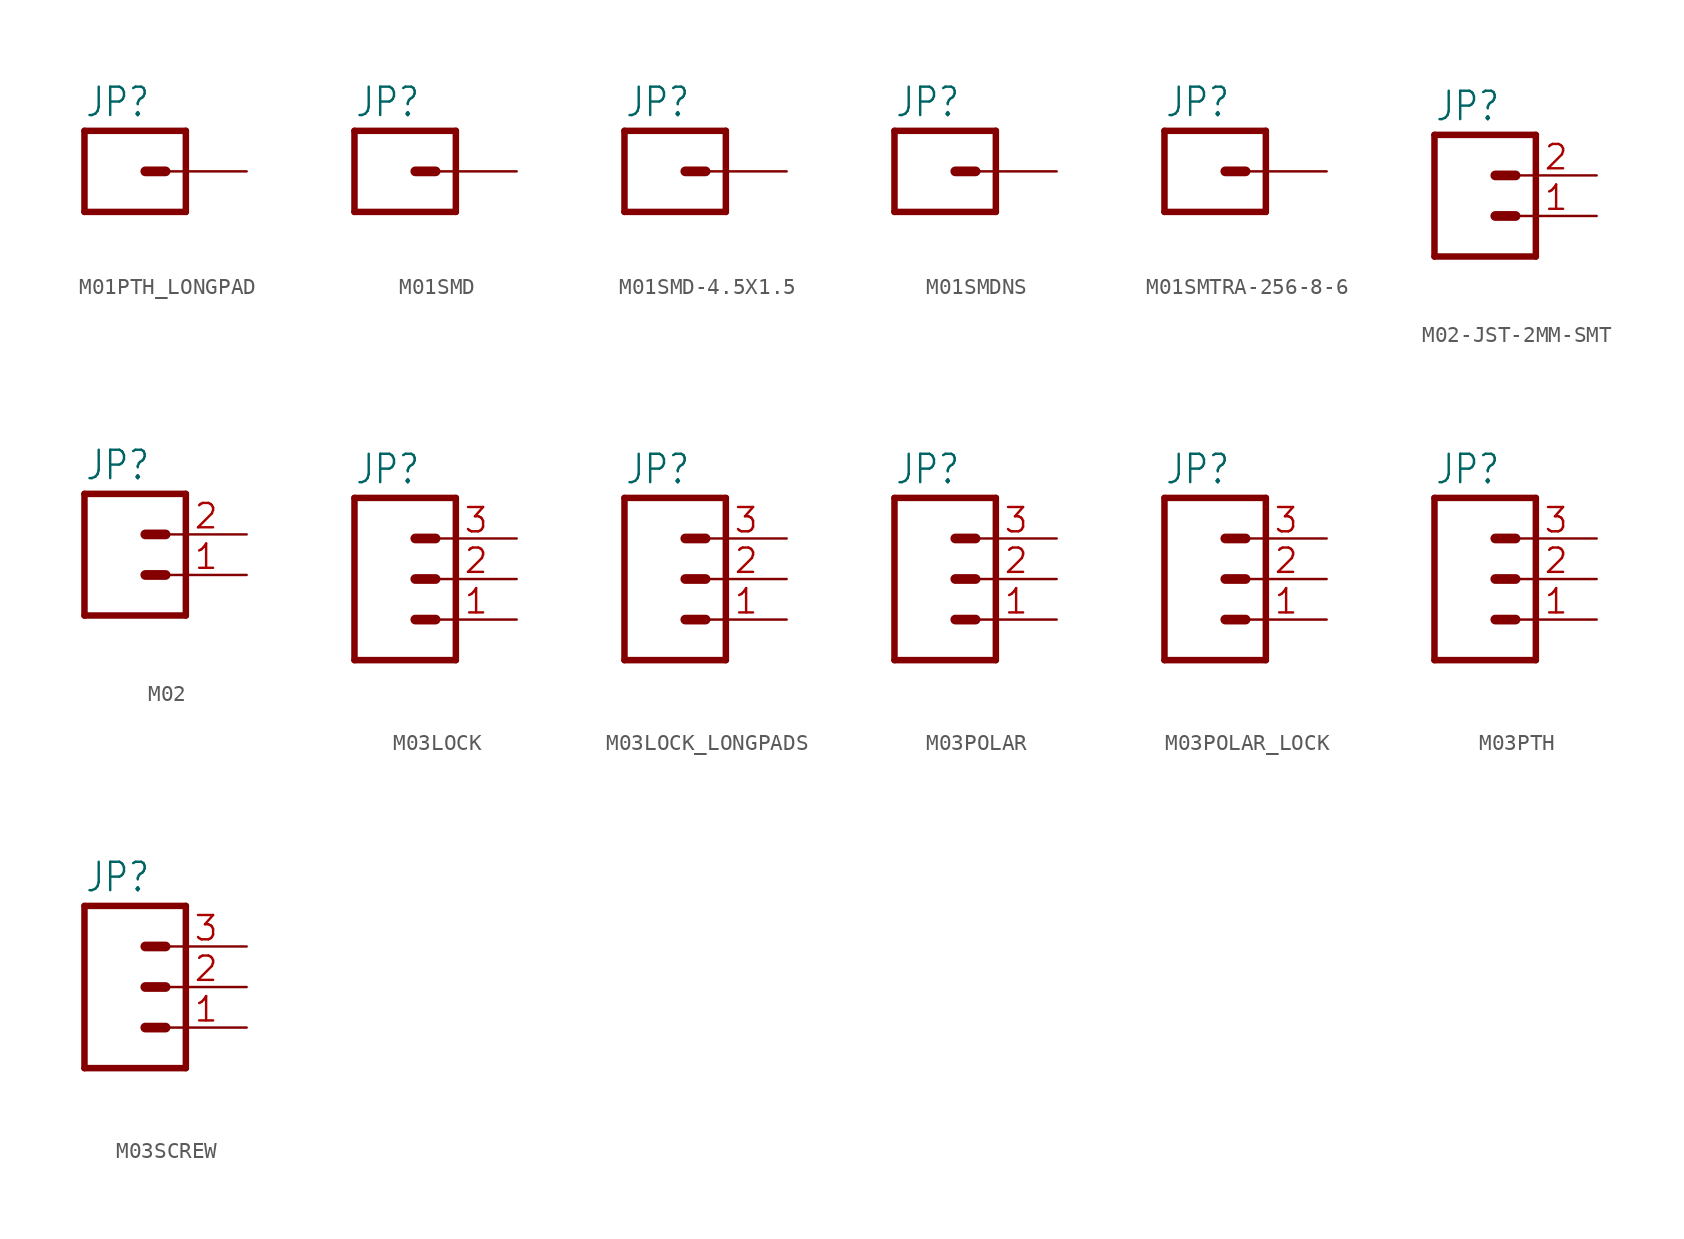
<source format=kicad_sym>
(kicad_symbol_lib
  (version 20241209)
  (generator "kicad_symbol_editor")
  (generator_version "9.0")
  (symbol "M01PTH_LONGPAD"
    (property "Reference" "JP"
      (at -2.54 3.302 0)
      (effects (font (size 1.778 1.511)) (justify left bottom)))
    (property "Value" ""
      (at -2.54 -5.08 0)
      (effects (font (size 1.778 1.511)) (justify left bottom)))
    (property "ki_locked" ""
      (at 0 0 0)
      (effects (font (size 1.27 1.27))))
    (symbol "M01PTH_LONGPAD_1_0"
      (polyline (pts (xy -2.54 2.54) (xy -2.54 -2.54)) (stroke (width 0.406) (type solid)) (fill (type none)))
      (polyline (pts (xy -2.54 2.54) (xy 3.81 2.54)) (stroke (width 0.406) (type solid)) (fill (type none)))
      (polyline (pts (xy 1.27 0) (xy 2.54 0)) (stroke (width 0.61) (type solid)) (fill (type none)))
      (polyline (pts (xy 3.81 -2.54) (xy -2.54 -2.54)) (stroke (width 0.406) (type solid)) (fill (type none)))
      (polyline (pts (xy 3.81 -2.54) (xy 3.81 2.54)) (stroke (width 0.406) (type solid)) (fill (type none)))
      (pin passive line (at 7.62 0 180) (length 5.08) (name "1" (effects (font (size 0 0)))) (number "1" (effects (font (size 0 0)))))))
  (symbol "M01SMD"
    (property "Reference" "JP"
      (at -2.54 3.302 0)
      (effects (font (size 1.778 1.511)) (justify left bottom)))
    (property "Value" ""
      (at -2.54 -5.08 0)
      (effects (font (size 1.778 1.511)) (justify left bottom)))
    (property "ki_locked" ""
      (at 0 0 0)
      (effects (font (size 1.27 1.27))))
    (symbol "M01SMD_1_0"
      (polyline (pts (xy -2.54 2.54) (xy -2.54 -2.54)) (stroke (width 0.406) (type solid)) (fill (type none)))
      (polyline (pts (xy -2.54 2.54) (xy 3.81 2.54)) (stroke (width 0.406) (type solid)) (fill (type none)))
      (polyline (pts (xy 1.27 0) (xy 2.54 0)) (stroke (width 0.61) (type solid)) (fill (type none)))
      (polyline (pts (xy 3.81 -2.54) (xy -2.54 -2.54)) (stroke (width 0.406) (type solid)) (fill (type none)))
      (polyline (pts (xy 3.81 -2.54) (xy 3.81 2.54)) (stroke (width 0.406) (type solid)) (fill (type none)))
      (pin passive line (at 7.62 0 180) (length 5.08) (name "1" (effects (font (size 0 0)))) (number "P$1" (effects (font (size 0 0)))))))
  (symbol "M01SMD-4.5X1.5"
    (property "Reference" "JP"
      (at -2.54 3.302 0)
      (effects (font (size 1.778 1.511)) (justify left bottom)))
    (property "Value" ""
      (at -2.54 -5.08 0)
      (effects (font (size 1.778 1.511)) (justify left bottom)))
    (property "ki_locked" ""
      (at 0 0 0)
      (effects (font (size 1.27 1.27))))
    (symbol "M01SMD-4.5X1.5_1_0"
      (polyline (pts (xy -2.54 2.54) (xy -2.54 -2.54)) (stroke (width 0.406) (type solid)) (fill (type none)))
      (polyline (pts (xy -2.54 2.54) (xy 3.81 2.54)) (stroke (width 0.406) (type solid)) (fill (type none)))
      (polyline (pts (xy 1.27 0) (xy 2.54 0)) (stroke (width 0.61) (type solid)) (fill (type none)))
      (polyline (pts (xy 3.81 -2.54) (xy -2.54 -2.54)) (stroke (width 0.406) (type solid)) (fill (type none)))
      (polyline (pts (xy 3.81 -2.54) (xy 3.81 2.54)) (stroke (width 0.406) (type solid)) (fill (type none)))
      (pin passive line (at 7.62 0 180) (length 5.08) (name "1" (effects (font (size 0 0)))) (number "P$1" (effects (font (size 0 0)))))))
  (symbol "M01SMDNS"
    (property "Reference" "JP"
      (at -2.54 3.302 0)
      (effects (font (size 1.778 1.511)) (justify left bottom)))
    (property "Value" ""
      (at -2.54 -5.08 0)
      (effects (font (size 1.778 1.511)) (justify left bottom)))
    (property "ki_locked" ""
      (at 0 0 0)
      (effects (font (size 1.27 1.27))))
    (symbol "M01SMDNS_1_0"
      (polyline (pts (xy -2.54 2.54) (xy -2.54 -2.54)) (stroke (width 0.406) (type solid)) (fill (type none)))
      (polyline (pts (xy -2.54 2.54) (xy 3.81 2.54)) (stroke (width 0.406) (type solid)) (fill (type none)))
      (polyline (pts (xy 1.27 0) (xy 2.54 0)) (stroke (width 0.61) (type solid)) (fill (type none)))
      (polyline (pts (xy 3.81 -2.54) (xy -2.54 -2.54)) (stroke (width 0.406) (type solid)) (fill (type none)))
      (polyline (pts (xy 3.81 -2.54) (xy 3.81 2.54)) (stroke (width 0.406) (type solid)) (fill (type none)))
      (pin passive line (at 7.62 0 180) (length 5.08) (name "1" (effects (font (size 0 0)))) (number "1" (effects (font (size 0 0)))))))
  (symbol "M01SMTRA-256-8-6"
    (property "Reference" "JP"
      (at -2.54 3.302 0)
      (effects (font (size 1.778 1.511)) (justify left bottom)))
    (property "Value" ""
      (at -2.54 -5.08 0)
      (effects (font (size 1.778 1.511)) (justify left bottom)))
    (property "ki_locked" ""
      (at 0 0 0)
      (effects (font (size 1.27 1.27))))
    (symbol "M01SMTRA-256-8-6_1_0"
      (polyline (pts (xy -2.54 2.54) (xy -2.54 -2.54)) (stroke (width 0.406) (type solid)) (fill (type none)))
      (polyline (pts (xy -2.54 2.54) (xy 3.81 2.54)) (stroke (width 0.406) (type solid)) (fill (type none)))
      (polyline (pts (xy 1.27 0) (xy 2.54 0)) (stroke (width 0.61) (type solid)) (fill (type none)))
      (polyline (pts (xy 3.81 -2.54) (xy -2.54 -2.54)) (stroke (width 0.406) (type solid)) (fill (type none)))
      (polyline (pts (xy 3.81 -2.54) (xy 3.81 2.54)) (stroke (width 0.406) (type solid)) (fill (type none)))
      (pin passive line (at 7.62 0 180) (length 5.08) (name "1" (effects (font (size 0 0)))) (number "P$1" (effects (font (size 0 0)))))))
  (symbol "M02-JST-2MM-SMT"
    (property "Reference" "JP"
      (at -2.54 5.842 0)
      (effects (font (size 1.778 1.511)) (justify left bottom)))
    (property "Value" ""
      (at -2.54 -5.08 0)
      (effects (font (size 1.778 1.511)) (justify left bottom)))
    (property "ki_locked" ""
      (at 0 0 0)
      (effects (font (size 1.27 1.27))))
    (symbol "M02-JST-2MM-SMT_1_0"
      (polyline (pts (xy -2.54 5.08) (xy -2.54 -2.54)) (stroke (width 0.406) (type solid)) (fill (type none)))
      (polyline (pts (xy -2.54 5.08) (xy 3.81 5.08)) (stroke (width 0.406) (type solid)) (fill (type none)))
      (polyline (pts (xy 1.27 2.54) (xy 2.54 2.54)) (stroke (width 0.61) (type solid)) (fill (type none)))
      (polyline (pts (xy 1.27 0) (xy 2.54 0)) (stroke (width 0.61) (type solid)) (fill (type none)))
      (polyline (pts (xy 3.81 -2.54) (xy -2.54 -2.54)) (stroke (width 0.406) (type solid)) (fill (type none)))
      (polyline (pts (xy 3.81 -2.54) (xy 3.81 5.08)) (stroke (width 0.406) (type solid)) (fill (type none)))
      (pin passive line (at 7.62 2.54 180) (length 5.08) (name "2" (effects (font (size 0 0)))) (number "2" (effects (font (size 1.524 1.524)))))
      (pin passive line (at 7.62 0 180) (length 5.08) (name "1" (effects (font (size 0 0)))) (number "1" (effects (font (size 1.524 1.524)))))))
  (symbol "M02"
    (property "Reference" "JP"
      (at -2.54 5.842 0)
      (effects (font (size 1.778 1.511)) (justify left bottom)))
    (property "Value" ""
      (at -2.54 -5.08 0)
      (effects (font (size 1.778 1.511)) (justify left bottom)))
    (property "ki_locked" ""
      (at 0 0 0)
      (effects (font (size 1.27 1.27))))
    (symbol "M02_1_0"
      (polyline (pts (xy -2.54 5.08) (xy -2.54 -2.54)) (stroke (width 0.406) (type solid)) (fill (type none)))
      (polyline (pts (xy -2.54 5.08) (xy 3.81 5.08)) (stroke (width 0.406) (type solid)) (fill (type none)))
      (polyline (pts (xy 1.27 2.54) (xy 2.54 2.54)) (stroke (width 0.61) (type solid)) (fill (type none)))
      (polyline (pts (xy 1.27 0) (xy 2.54 0)) (stroke (width 0.61) (type solid)) (fill (type none)))
      (polyline (pts (xy 3.81 -2.54) (xy -2.54 -2.54)) (stroke (width 0.406) (type solid)) (fill (type none)))
      (polyline (pts (xy 3.81 -2.54) (xy 3.81 5.08)) (stroke (width 0.406) (type solid)) (fill (type none)))
      (pin passive line (at 7.62 2.54 180) (length 5.08) (name "2" (effects (font (size 0 0)))) (number "2" (effects (font (size 1.524 1.524)))))
      (pin passive line (at 7.62 0 180) (length 5.08) (name "1" (effects (font (size 0 0)))) (number "1" (effects (font (size 1.524 1.524)))))))
  (symbol "M03LOCK"
    (property "Reference" "JP"
      (at -2.54 5.842 0)
      (effects (font (size 1.778 1.511)) (justify left bottom)))
    (property "Value" ""
      (at -2.54 -7.62 0)
      (effects (font (size 1.778 1.511)) (justify left bottom)))
    (property "ki_locked" ""
      (at 0 0 0)
      (effects (font (size 1.27 1.27))))
    (symbol "M03LOCK_1_0"
      (polyline (pts (xy -2.54 5.08) (xy -2.54 -5.08)) (stroke (width 0.406) (type solid)) (fill (type none)))
      (polyline (pts (xy -2.54 5.08) (xy 3.81 5.08)) (stroke (width 0.406) (type solid)) (fill (type none)))
      (polyline (pts (xy 1.27 2.54) (xy 2.54 2.54)) (stroke (width 0.61) (type solid)) (fill (type none)))
      (polyline (pts (xy 1.27 0) (xy 2.54 0)) (stroke (width 0.61) (type solid)) (fill (type none)))
      (polyline (pts (xy 1.27 -2.54) (xy 2.54 -2.54)) (stroke (width 0.61) (type solid)) (fill (type none)))
      (polyline (pts (xy 3.81 -5.08) (xy -2.54 -5.08)) (stroke (width 0.406) (type solid)) (fill (type none)))
      (polyline (pts (xy 3.81 -5.08) (xy 3.81 5.08)) (stroke (width 0.406) (type solid)) (fill (type none)))
      (pin passive line (at 7.62 2.54 180) (length 5.08) (name "3" (effects (font (size 0 0)))) (number "3" (effects (font (size 1.524 1.524)))))
      (pin passive line (at 7.62 0 180) (length 5.08) (name "2" (effects (font (size 0 0)))) (number "2" (effects (font (size 1.524 1.524)))))
      (pin passive line (at 7.62 -2.54 180) (length 5.08) (name "1" (effects (font (size 0 0)))) (number "1" (effects (font (size 1.524 1.524)))))))
  (symbol "M03LOCK_LONGPADS"
    (property "Reference" "JP"
      (at -2.54 5.842 0)
      (effects (font (size 1.778 1.511)) (justify left bottom)))
    (property "Value" ""
      (at -2.54 -7.62 0)
      (effects (font (size 1.778 1.511)) (justify left bottom)))
    (property "ki_locked" ""
      (at 0 0 0)
      (effects (font (size 1.27 1.27))))
    (symbol "M03LOCK_LONGPADS_1_0"
      (polyline (pts (xy -2.54 5.08) (xy -2.54 -5.08)) (stroke (width 0.406) (type solid)) (fill (type none)))
      (polyline (pts (xy -2.54 5.08) (xy 3.81 5.08)) (stroke (width 0.406) (type solid)) (fill (type none)))
      (polyline (pts (xy 1.27 2.54) (xy 2.54 2.54)) (stroke (width 0.61) (type solid)) (fill (type none)))
      (polyline (pts (xy 1.27 0) (xy 2.54 0)) (stroke (width 0.61) (type solid)) (fill (type none)))
      (polyline (pts (xy 1.27 -2.54) (xy 2.54 -2.54)) (stroke (width 0.61) (type solid)) (fill (type none)))
      (polyline (pts (xy 3.81 -5.08) (xy -2.54 -5.08)) (stroke (width 0.406) (type solid)) (fill (type none)))
      (polyline (pts (xy 3.81 -5.08) (xy 3.81 5.08)) (stroke (width 0.406) (type solid)) (fill (type none)))
      (pin passive line (at 7.62 2.54 180) (length 5.08) (name "3" (effects (font (size 0 0)))) (number "3" (effects (font (size 1.524 1.524)))))
      (pin passive line (at 7.62 0 180) (length 5.08) (name "2" (effects (font (size 0 0)))) (number "2" (effects (font (size 1.524 1.524)))))
      (pin passive line (at 7.62 -2.54 180) (length 5.08) (name "1" (effects (font (size 0 0)))) (number "1" (effects (font (size 1.524 1.524)))))))
  (symbol "M03POLAR"
    (property "Reference" "JP"
      (at -2.54 5.842 0)
      (effects (font (size 1.778 1.511)) (justify left bottom)))
    (property "Value" ""
      (at -2.54 -7.62 0)
      (effects (font (size 1.778 1.511)) (justify left bottom)))
    (property "ki_locked" ""
      (at 0 0 0)
      (effects (font (size 1.27 1.27))))
    (symbol "M03POLAR_1_0"
      (polyline (pts (xy -2.54 5.08) (xy -2.54 -5.08)) (stroke (width 0.406) (type solid)) (fill (type none)))
      (polyline (pts (xy -2.54 5.08) (xy 3.81 5.08)) (stroke (width 0.406) (type solid)) (fill (type none)))
      (polyline (pts (xy 1.27 2.54) (xy 2.54 2.54)) (stroke (width 0.61) (type solid)) (fill (type none)))
      (polyline (pts (xy 1.27 0) (xy 2.54 0)) (stroke (width 0.61) (type solid)) (fill (type none)))
      (polyline (pts (xy 1.27 -2.54) (xy 2.54 -2.54)) (stroke (width 0.61) (type solid)) (fill (type none)))
      (polyline (pts (xy 3.81 -5.08) (xy -2.54 -5.08)) (stroke (width 0.406) (type solid)) (fill (type none)))
      (polyline (pts (xy 3.81 -5.08) (xy 3.81 5.08)) (stroke (width 0.406) (type solid)) (fill (type none)))
      (pin passive line (at 7.62 2.54 180) (length 5.08) (name "3" (effects (font (size 0 0)))) (number "3" (effects (font (size 1.524 1.524)))))
      (pin passive line (at 7.62 0 180) (length 5.08) (name "2" (effects (font (size 0 0)))) (number "2" (effects (font (size 1.524 1.524)))))
      (pin passive line (at 7.62 -2.54 180) (length 5.08) (name "1" (effects (font (size 0 0)))) (number "1" (effects (font (size 1.524 1.524)))))))
  (symbol "M03POLAR_LOCK"
    (property "Reference" "JP"
      (at -2.54 5.842 0)
      (effects (font (size 1.778 1.511)) (justify left bottom)))
    (property "Value" ""
      (at -2.54 -7.62 0)
      (effects (font (size 1.778 1.511)) (justify left bottom)))
    (property "ki_locked" ""
      (at 0 0 0)
      (effects (font (size 1.27 1.27))))
    (symbol "M03POLAR_LOCK_1_0"
      (polyline (pts (xy -2.54 5.08) (xy -2.54 -5.08)) (stroke (width 0.406) (type solid)) (fill (type none)))
      (polyline (pts (xy -2.54 5.08) (xy 3.81 5.08)) (stroke (width 0.406) (type solid)) (fill (type none)))
      (polyline (pts (xy 1.27 2.54) (xy 2.54 2.54)) (stroke (width 0.61) (type solid)) (fill (type none)))
      (polyline (pts (xy 1.27 0) (xy 2.54 0)) (stroke (width 0.61) (type solid)) (fill (type none)))
      (polyline (pts (xy 1.27 -2.54) (xy 2.54 -2.54)) (stroke (width 0.61) (type solid)) (fill (type none)))
      (polyline (pts (xy 3.81 -5.08) (xy -2.54 -5.08)) (stroke (width 0.406) (type solid)) (fill (type none)))
      (polyline (pts (xy 3.81 -5.08) (xy 3.81 5.08)) (stroke (width 0.406) (type solid)) (fill (type none)))
      (pin passive line (at 7.62 2.54 180) (length 5.08) (name "3" (effects (font (size 0 0)))) (number "3" (effects (font (size 1.524 1.524)))))
      (pin passive line (at 7.62 0 180) (length 5.08) (name "2" (effects (font (size 0 0)))) (number "2" (effects (font (size 1.524 1.524)))))
      (pin passive line (at 7.62 -2.54 180) (length 5.08) (name "1" (effects (font (size 0 0)))) (number "1" (effects (font (size 1.524 1.524)))))))
  (symbol "M03PTH"
    (property "Reference" "JP"
      (at -2.54 5.842 0)
      (effects (font (size 1.778 1.511)) (justify left bottom)))
    (property "Value" ""
      (at -2.54 -7.62 0)
      (effects (font (size 1.778 1.511)) (justify left bottom)))
    (property "ki_locked" ""
      (at 0 0 0)
      (effects (font (size 1.27 1.27))))
    (symbol "M03PTH_1_0"
      (polyline (pts (xy -2.54 5.08) (xy -2.54 -5.08)) (stroke (width 0.406) (type solid)) (fill (type none)))
      (polyline (pts (xy -2.54 5.08) (xy 3.81 5.08)) (stroke (width 0.406) (type solid)) (fill (type none)))
      (polyline (pts (xy 1.27 2.54) (xy 2.54 2.54)) (stroke (width 0.61) (type solid)) (fill (type none)))
      (polyline (pts (xy 1.27 0) (xy 2.54 0)) (stroke (width 0.61) (type solid)) (fill (type none)))
      (polyline (pts (xy 1.27 -2.54) (xy 2.54 -2.54)) (stroke (width 0.61) (type solid)) (fill (type none)))
      (polyline (pts (xy 3.81 -5.08) (xy -2.54 -5.08)) (stroke (width 0.406) (type solid)) (fill (type none)))
      (polyline (pts (xy 3.81 -5.08) (xy 3.81 5.08)) (stroke (width 0.406) (type solid)) (fill (type none)))
      (pin passive line (at 7.62 2.54 180) (length 5.08) (name "3" (effects (font (size 0 0)))) (number "3" (effects (font (size 1.524 1.524)))))
      (pin passive line (at 7.62 0 180) (length 5.08) (name "2" (effects (font (size 0 0)))) (number "2" (effects (font (size 1.524 1.524)))))
      (pin passive line (at 7.62 -2.54 180) (length 5.08) (name "1" (effects (font (size 0 0)))) (number "1" (effects (font (size 1.524 1.524)))))))
  (symbol "M03SCREW"
    (property "Reference" "JP"
      (at -2.54 5.842 0)
      (effects (font (size 1.778 1.511)) (justify left bottom)))
    (property "Value" ""
      (at -2.54 -7.62 0)
      (effects (font (size 1.778 1.511)) (justify left bottom)))
    (property "ki_locked" ""
      (at 0 0 0)
      (effects (font (size 1.27 1.27))))
    (symbol "M03SCREW_1_0"
      (polyline (pts (xy -2.54 5.08) (xy -2.54 -5.08)) (stroke (width 0.406) (type solid)) (fill (type none)))
      (polyline (pts (xy -2.54 5.08) (xy 3.81 5.08)) (stroke (width 0.406) (type solid)) (fill (type none)))
      (polyline (pts (xy 1.27 2.54) (xy 2.54 2.54)) (stroke (width 0.61) (type solid)) (fill (type none)))
      (polyline (pts (xy 1.27 0) (xy 2.54 0)) (stroke (width 0.61) (type solid)) (fill (type none)))
      (polyline (pts (xy 1.27 -2.54) (xy 2.54 -2.54)) (stroke (width 0.61) (type solid)) (fill (type none)))
      (polyline (pts (xy 3.81 -5.08) (xy -2.54 -5.08)) (stroke (width 0.406) (type solid)) (fill (type none)))
      (polyline (pts (xy 3.81 -5.08) (xy 3.81 5.08)) (stroke (width 0.406) (type solid)) (fill (type none)))
      (pin passive line (at 7.62 2.54 180) (length 5.08) (name "3" (effects (font (size 0 0)))) (number "3" (effects (font (size 1.524 1.524)))))
      (pin passive line (at 7.62 0 180) (length 5.08) (name "2" (effects (font (size 0 0)))) (number "2" (effects (font (size 1.524 1.524)))))
      (pin passive line (at 7.62 -2.54 180) (length 5.08) (name "1" (effects (font (size 0 0)))) (number "1" (effects (font (size 1.524 1.524))))))))
</source>
